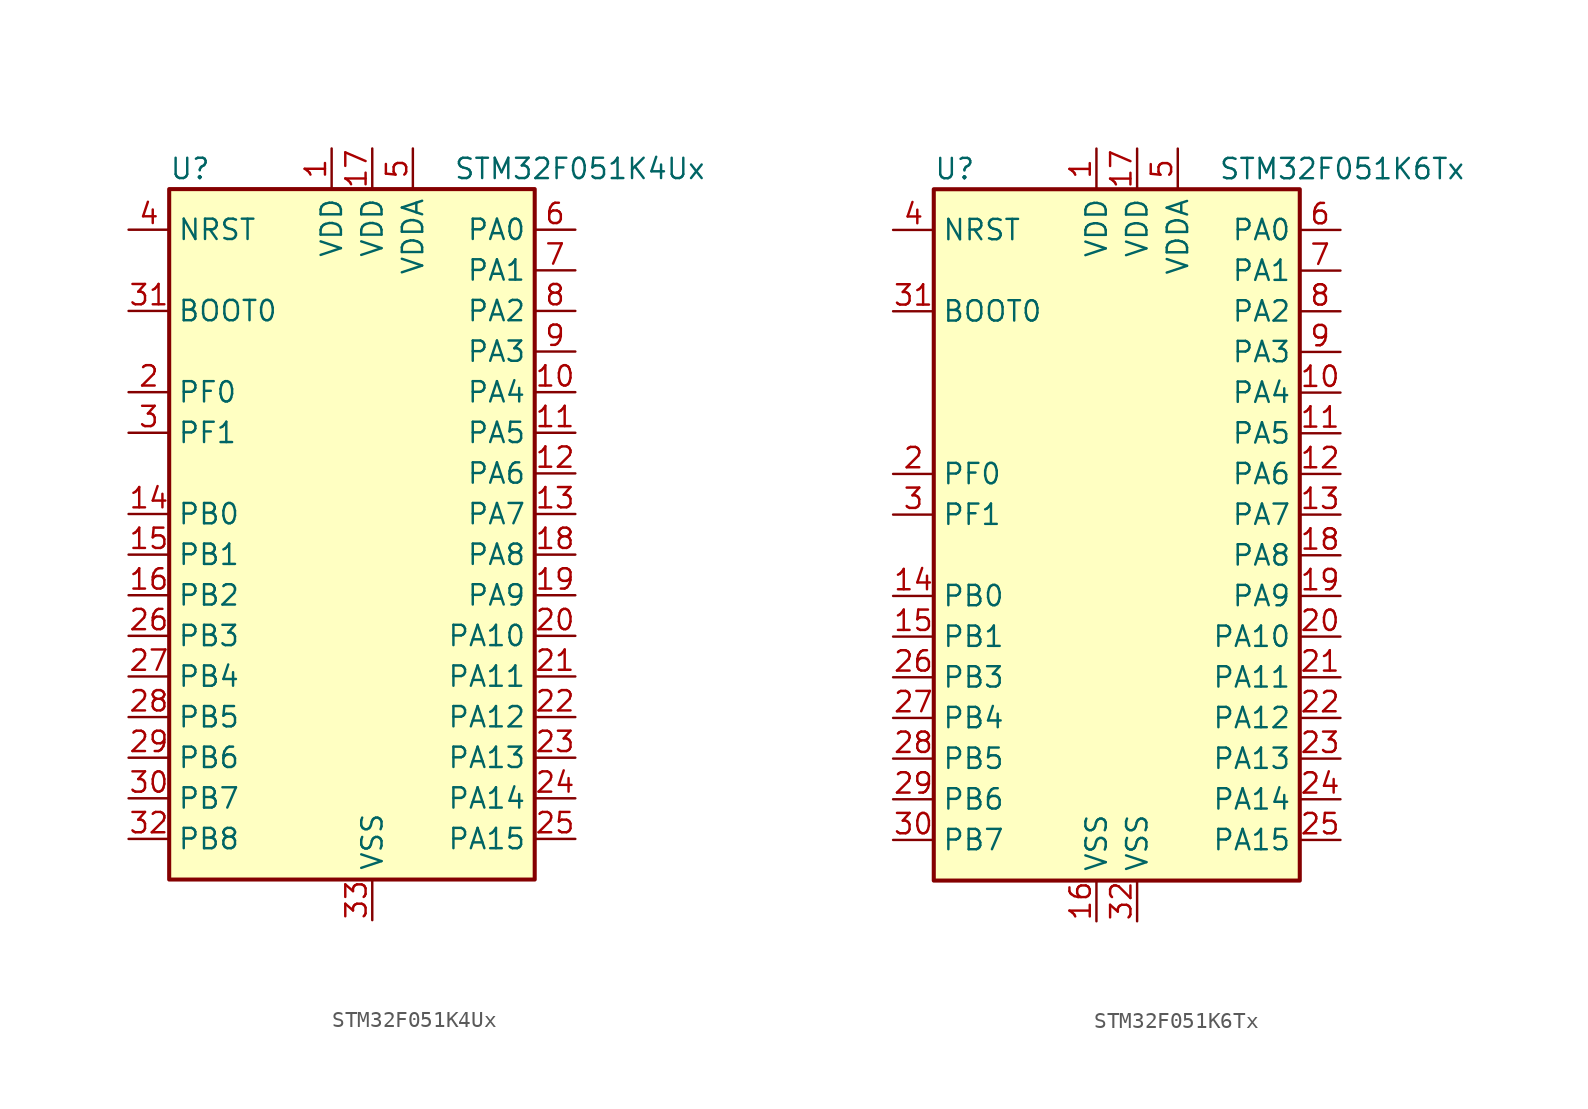
<source format=kicad_sym>
(kicad_symbol_lib
  (version 20201005)
  (generator kicad_symbol_editor)
  (symbol "STM32F051K4Ux"
    (property "Reference" "U"
      (at -12.7 21.59 0)
      (effects (font (size 1.27 1.27)) (justify left)))
    (property "Value" "STM32F051K4Ux"
      (at 5.08 21.59 0)
      (effects (font (size 1.27 1.27)) (justify left)))
    (symbol "STM32F051K4Ux_0_1"
      (rectangle (start -12.7 -22.86) (end 10.16 20.32) (stroke (width 0.254)) (fill (type background))))
    (symbol "STM32F051K4Ux_1_1"
      (pin power_in line (at -2.54 22.86 270) (length 2.54) (name "VDD" (effects (font (size 1.27 1.27)))) (number "1" (effects (font (size 1.27 1.27)))))
      (pin bidirectional line (at 12.7 7.62 180) (length 2.54) (name "PA4" (effects (font (size 1.27 1.27)))) (number "10" (effects (font (size 1.27 1.27)))))
      (pin bidirectional line (at 12.7 5.08 180) (length 2.54) (name "PA5" (effects (font (size 1.27 1.27)))) (number "11" (effects (font (size 1.27 1.27)))))
      (pin bidirectional line (at 12.7 2.54 180) (length 2.54) (name "PA6" (effects (font (size 1.27 1.27)))) (number "12" (effects (font (size 1.27 1.27)))))
      (pin bidirectional line (at 12.7 0 180) (length 2.54) (name "PA7" (effects (font (size 1.27 1.27)))) (number "13" (effects (font (size 1.27 1.27)))))
      (pin bidirectional line (at -15.24 0 0) (length 2.54) (name "PB0" (effects (font (size 1.27 1.27)))) (number "14" (effects (font (size 1.27 1.27)))))
      (pin bidirectional line (at -15.24 -2.54 0) (length 2.54) (name "PB1" (effects (font (size 1.27 1.27)))) (number "15" (effects (font (size 1.27 1.27)))))
      (pin bidirectional line (at -15.24 -5.08 0) (length 2.54) (name "PB2" (effects (font (size 1.27 1.27)))) (number "16" (effects (font (size 1.27 1.27)))))
      (pin power_in line (at 0 22.86 270) (length 2.54) (name "VDD" (effects (font (size 1.27 1.27)))) (number "17" (effects (font (size 1.27 1.27)))))
      (pin bidirectional line (at 12.7 -2.54 180) (length 2.54) (name "PA8" (effects (font (size 1.27 1.27)))) (number "18" (effects (font (size 1.27 1.27)))))
      (pin bidirectional line (at 12.7 -5.08 180) (length 2.54) (name "PA9" (effects (font (size 1.27 1.27)))) (number "19" (effects (font (size 1.27 1.27)))))
      (pin input line (at -15.24 7.62 0) (length 2.54) (name "PF0" (effects (font (size 1.27 1.27)))) (number "2" (effects (font (size 1.27 1.27)))))
      (pin bidirectional line (at 12.7 -7.62 180) (length 2.54) (name "PA10" (effects (font (size 1.27 1.27)))) (number "20" (effects (font (size 1.27 1.27)))))
      (pin bidirectional line (at 12.7 -10.16 180) (length 2.54) (name "PA11" (effects (font (size 1.27 1.27)))) (number "21" (effects (font (size 1.27 1.27)))))
      (pin bidirectional line (at 12.7 -12.7 180) (length 2.54) (name "PA12" (effects (font (size 1.27 1.27)))) (number "22" (effects (font (size 1.27 1.27)))))
      (pin bidirectional line (at 12.7 -15.24 180) (length 2.54) (name "PA13" (effects (font (size 1.27 1.27)))) (number "23" (effects (font (size 1.27 1.27)))))
      (pin bidirectional line (at 12.7 -17.78 180) (length 2.54) (name "PA14" (effects (font (size 1.27 1.27)))) (number "24" (effects (font (size 1.27 1.27)))))
      (pin bidirectional line (at 12.7 -20.32 180) (length 2.54) (name "PA15" (effects (font (size 1.27 1.27)))) (number "25" (effects (font (size 1.27 1.27)))))
      (pin bidirectional line (at -15.24 -7.62 0) (length 2.54) (name "PB3" (effects (font (size 1.27 1.27)))) (number "26" (effects (font (size 1.27 1.27)))))
      (pin bidirectional line (at -15.24 -10.16 0) (length 2.54) (name "PB4" (effects (font (size 1.27 1.27)))) (number "27" (effects (font (size 1.27 1.27)))))
      (pin bidirectional line (at -15.24 -12.7 0) (length 2.54) (name "PB5" (effects (font (size 1.27 1.27)))) (number "28" (effects (font (size 1.27 1.27)))))
      (pin bidirectional line (at -15.24 -15.24 0) (length 2.54) (name "PB6" (effects (font (size 1.27 1.27)))) (number "29" (effects (font (size 1.27 1.27)))))
      (pin input line (at -15.24 5.08 0) (length 2.54) (name "PF1" (effects (font (size 1.27 1.27)))) (number "3" (effects (font (size 1.27 1.27)))))
      (pin bidirectional line (at -15.24 -17.78 0) (length 2.54) (name "PB7" (effects (font (size 1.27 1.27)))) (number "30" (effects (font (size 1.27 1.27)))))
      (pin input line (at -15.24 12.7 0) (length 2.54) (name "BOOT0" (effects (font (size 1.27 1.27)))) (number "31" (effects (font (size 1.27 1.27)))))
      (pin bidirectional line (at -15.24 -20.32 0) (length 2.54) (name "PB8" (effects (font (size 1.27 1.27)))) (number "32" (effects (font (size 1.27 1.27)))))
      (pin power_in line (at 0 -25.4 90) (length 2.54) (name "VSS" (effects (font (size 1.27 1.27)))) (number "33" (effects (font (size 1.27 1.27)))))
      (pin input line (at -15.24 17.78 0) (length 2.54) (name "NRST" (effects (font (size 1.27 1.27)))) (number "4" (effects (font (size 1.27 1.27)))))
      (pin power_in line (at 2.54 22.86 270) (length 2.54) (name "VDDA" (effects (font (size 1.27 1.27)))) (number "5" (effects (font (size 1.27 1.27)))))
      (pin bidirectional line (at 12.7 17.78 180) (length 2.54) (name "PA0" (effects (font (size 1.27 1.27)))) (number "6" (effects (font (size 1.27 1.27)))))
      (pin bidirectional line (at 12.7 15.24 180) (length 2.54) (name "PA1" (effects (font (size 1.27 1.27)))) (number "7" (effects (font (size 1.27 1.27)))))
      (pin bidirectional line (at 12.7 12.7 180) (length 2.54) (name "PA2" (effects (font (size 1.27 1.27)))) (number "8" (effects (font (size 1.27 1.27)))))
      (pin bidirectional line (at 12.7 10.16 180) (length 2.54) (name "PA3" (effects (font (size 1.27 1.27)))) (number "9" (effects (font (size 1.27 1.27)))))))
  (symbol "STM32F051K6Tx"
    (property "Reference" "U"
      (at -12.7 21.59 0)
      (effects (font (size 1.27 1.27)) (justify left)))
    (property "Value" "STM32F051K6Tx"
      (at 5.08 21.59 0)
      (effects (font (size 1.27 1.27)) (justify left)))
    (symbol "STM32F051K6Tx_0_1"
      (rectangle (start -12.7 -22.86) (end 10.16 20.32) (stroke (width 0.254)) (fill (type background))))
    (symbol "STM32F051K6Tx_1_1"
      (pin power_in line (at -2.54 22.86 270) (length 2.54) (name "VDD" (effects (font (size 1.27 1.27)))) (number "1" (effects (font (size 1.27 1.27)))))
      (pin bidirectional line (at 12.7 7.62 180) (length 2.54) (name "PA4" (effects (font (size 1.27 1.27)))) (number "10" (effects (font (size 1.27 1.27)))))
      (pin bidirectional line (at 12.7 5.08 180) (length 2.54) (name "PA5" (effects (font (size 1.27 1.27)))) (number "11" (effects (font (size 1.27 1.27)))))
      (pin bidirectional line (at 12.7 2.54 180) (length 2.54) (name "PA6" (effects (font (size 1.27 1.27)))) (number "12" (effects (font (size 1.27 1.27)))))
      (pin bidirectional line (at 12.7 0 180) (length 2.54) (name "PA7" (effects (font (size 1.27 1.27)))) (number "13" (effects (font (size 1.27 1.27)))))
      (pin bidirectional line (at -15.24 -5.08 0) (length 2.54) (name "PB0" (effects (font (size 1.27 1.27)))) (number "14" (effects (font (size 1.27 1.27)))))
      (pin bidirectional line (at -15.24 -7.62 0) (length 2.54) (name "PB1" (effects (font (size 1.27 1.27)))) (number "15" (effects (font (size 1.27 1.27)))))
      (pin power_in line (at -2.54 -25.4 90) (length 2.54) (name "VSS" (effects (font (size 1.27 1.27)))) (number "16" (effects (font (size 1.27 1.27)))))
      (pin power_in line (at 0 22.86 270) (length 2.54) (name "VDD" (effects (font (size 1.27 1.27)))) (number "17" (effects (font (size 1.27 1.27)))))
      (pin bidirectional line (at 12.7 -2.54 180) (length 2.54) (name "PA8" (effects (font (size 1.27 1.27)))) (number "18" (effects (font (size 1.27 1.27)))))
      (pin bidirectional line (at 12.7 -5.08 180) (length 2.54) (name "PA9" (effects (font (size 1.27 1.27)))) (number "19" (effects (font (size 1.27 1.27)))))
      (pin input line (at -15.24 2.54 0) (length 2.54) (name "PF0" (effects (font (size 1.27 1.27)))) (number "2" (effects (font (size 1.27 1.27)))))
      (pin bidirectional line (at 12.7 -7.62 180) (length 2.54) (name "PA10" (effects (font (size 1.27 1.27)))) (number "20" (effects (font (size 1.27 1.27)))))
      (pin bidirectional line (at 12.7 -10.16 180) (length 2.54) (name "PA11" (effects (font (size 1.27 1.27)))) (number "21" (effects (font (size 1.27 1.27)))))
      (pin bidirectional line (at 12.7 -12.7 180) (length 2.54) (name "PA12" (effects (font (size 1.27 1.27)))) (number "22" (effects (font (size 1.27 1.27)))))
      (pin bidirectional line (at 12.7 -15.24 180) (length 2.54) (name "PA13" (effects (font (size 1.27 1.27)))) (number "23" (effects (font (size 1.27 1.27)))))
      (pin bidirectional line (at 12.7 -17.78 180) (length 2.54) (name "PA14" (effects (font (size 1.27 1.27)))) (number "24" (effects (font (size 1.27 1.27)))))
      (pin bidirectional line (at 12.7 -20.32 180) (length 2.54) (name "PA15" (effects (font (size 1.27 1.27)))) (number "25" (effects (font (size 1.27 1.27)))))
      (pin bidirectional line (at -15.24 -10.16 0) (length 2.54) (name "PB3" (effects (font (size 1.27 1.27)))) (number "26" (effects (font (size 1.27 1.27)))))
      (pin bidirectional line (at -15.24 -12.7 0) (length 2.54) (name "PB4" (effects (font (size 1.27 1.27)))) (number "27" (effects (font (size 1.27 1.27)))))
      (pin bidirectional line (at -15.24 -15.24 0) (length 2.54) (name "PB5" (effects (font (size 1.27 1.27)))) (number "28" (effects (font (size 1.27 1.27)))))
      (pin bidirectional line (at -15.24 -17.78 0) (length 2.54) (name "PB6" (effects (font (size 1.27 1.27)))) (number "29" (effects (font (size 1.27 1.27)))))
      (pin input line (at -15.24 0 0) (length 2.54) (name "PF1" (effects (font (size 1.27 1.27)))) (number "3" (effects (font (size 1.27 1.27)))))
      (pin bidirectional line (at -15.24 -20.32 0) (length 2.54) (name "PB7" (effects (font (size 1.27 1.27)))) (number "30" (effects (font (size 1.27 1.27)))))
      (pin input line (at -15.24 12.7 0) (length 2.54) (name "BOOT0" (effects (font (size 1.27 1.27)))) (number "31" (effects (font (size 1.27 1.27)))))
      (pin power_in line (at 0 -25.4 90) (length 2.54) (name "VSS" (effects (font (size 1.27 1.27)))) (number "32" (effects (font (size 1.27 1.27)))))
      (pin input line (at -15.24 17.78 0) (length 2.54) (name "NRST" (effects (font (size 1.27 1.27)))) (number "4" (effects (font (size 1.27 1.27)))))
      (pin power_in line (at 2.54 22.86 270) (length 2.54) (name "VDDA" (effects (font (size 1.27 1.27)))) (number "5" (effects (font (size 1.27 1.27)))))
      (pin bidirectional line (at 12.7 17.78 180) (length 2.54) (name "PA0" (effects (font (size 1.27 1.27)))) (number "6" (effects (font (size 1.27 1.27)))))
      (pin bidirectional line (at 12.7 15.24 180) (length 2.54) (name "PA1" (effects (font (size 1.27 1.27)))) (number "7" (effects (font (size 1.27 1.27)))))
      (pin bidirectional line (at 12.7 12.7 180) (length 2.54) (name "PA2" (effects (font (size 1.27 1.27)))) (number "8" (effects (font (size 1.27 1.27)))))
      (pin bidirectional line (at 12.7 10.16 180) (length 2.54) (name "PA3" (effects (font (size 1.27 1.27)))) (number "9" (effects (font (size 1.27 1.27))))))))
</source>
